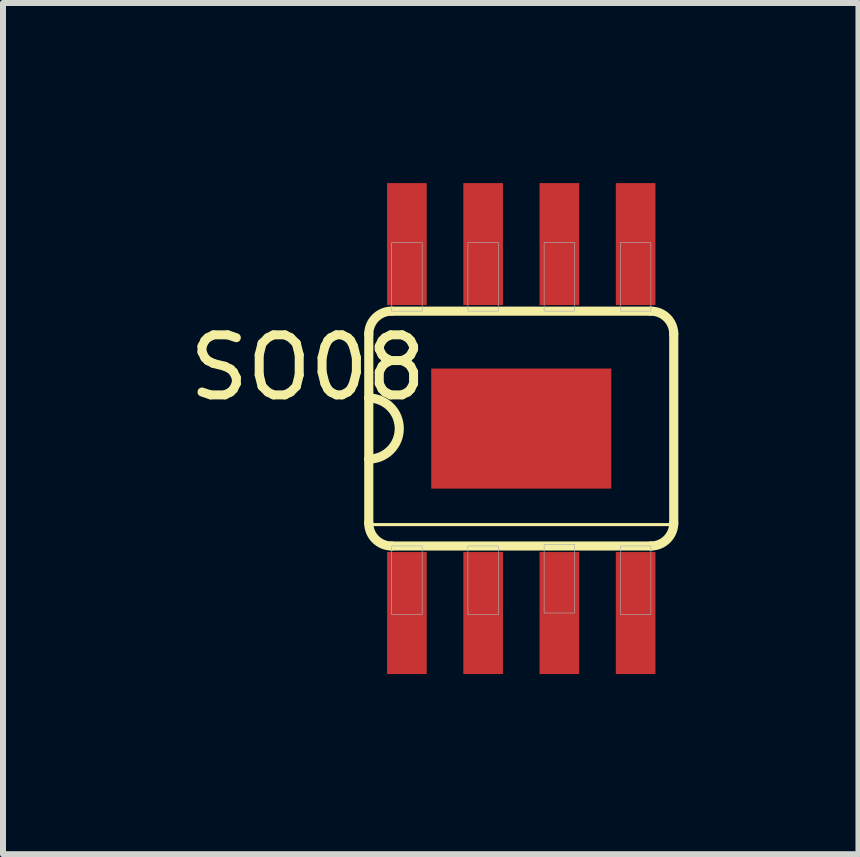
<source format=kicad_pcb>
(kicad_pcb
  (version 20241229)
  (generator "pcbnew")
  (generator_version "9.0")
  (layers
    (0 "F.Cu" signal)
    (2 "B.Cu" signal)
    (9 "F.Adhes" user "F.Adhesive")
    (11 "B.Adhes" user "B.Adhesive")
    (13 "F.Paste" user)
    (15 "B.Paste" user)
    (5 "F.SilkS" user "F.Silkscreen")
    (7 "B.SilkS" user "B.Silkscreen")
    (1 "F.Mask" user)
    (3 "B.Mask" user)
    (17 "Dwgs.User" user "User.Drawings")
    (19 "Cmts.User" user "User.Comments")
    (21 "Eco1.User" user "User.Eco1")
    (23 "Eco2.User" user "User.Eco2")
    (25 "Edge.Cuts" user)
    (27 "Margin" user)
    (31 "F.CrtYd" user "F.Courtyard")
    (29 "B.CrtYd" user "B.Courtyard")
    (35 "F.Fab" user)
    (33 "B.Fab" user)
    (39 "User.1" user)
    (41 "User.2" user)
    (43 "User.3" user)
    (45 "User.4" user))
  (footprint "SO08"
    (layer "F.Cu")
    (at 5.633 4.089)
    (property "Reference" "SO08" (at -3.556 -1.016 180) (layer "F.SilkS") (effects (font (size 1 1) (thickness 0.15))))
    (attr smd)
    (fp_line (start -2.54 -1.575) (end -2.54 -0.508) (stroke (width 0.152) (type solid)) (layer "F.SilkS"))
    (fp_line (start -2.54 -0.508) (end -2.54 0.508) (stroke (width 0.152) (type solid)) (layer "F.SilkS"))
    (fp_line (start -2.54 0.508) (end -2.54 1.575) (stroke (width 0.152) (type solid)) (layer "F.SilkS"))
    (fp_line (start -2.54 1.6) (end 2.54 1.6) (stroke (width 0.051) (type solid)) (layer "F.SilkS"))
    (fp_line (start -2.159 1.956) (end 2.159 1.956) (stroke (width 0.152) (type solid)) (layer "F.SilkS"))
    (fp_line (start 2.159 -1.956) (end -2.159 -1.956) (stroke (width 0.152) (type solid)) (layer "F.SilkS"))
    (fp_line (start 2.54 1.575) (end 2.54 -1.575) (stroke (width 0.152) (type solid)) (layer "F.SilkS"))
    (fp_arc (start -2.54 -1.5748) (mid -2.428408 -1.844208) (end -2.159 -1.9558) (stroke (width 0.1524) (type solid)) (layer "F.SilkS"))
    (fp_arc (start -2.54 -0.508) (mid -2.032 0) (end -2.54 0.508) (stroke (width 0.1524) (type solid)) (layer "F.SilkS"))
    (fp_arc (start -2.159 1.9558) (mid -2.428408 1.844208) (end -2.54 1.5748) (stroke (width 0.1524) (type solid)) (layer "F.SilkS"))
    (fp_arc (start 2.159 -1.9558) (mid 2.428408 -1.844208) (end 2.54 -1.5748) (stroke (width 0.1524) (type solid)) (layer "F.SilkS"))
    (fp_arc (start 2.54 1.5748) (mid 2.428408 1.844208) (end 2.159 1.9558) (stroke (width 0.1524) (type solid)) (layer "F.SilkS"))
    (fp_poly (pts (xy -2.159 -3.099) (xy -1.651 -3.099) (xy -1.651 -1.956) (xy -2.159 -1.956)) (stroke (width 0.01) (type solid)) (fill no) (layer "F.Fab"))
    (fp_poly (pts (xy -2.159 1.956) (xy -1.651 1.956) (xy -1.651 3.099) (xy -2.159 3.099)) (stroke (width 0.01) (type solid)) (fill no) (layer "F.Fab"))
    (fp_poly (pts (xy -0.889 -3.099) (xy -0.381 -3.099) (xy -0.381 -1.956) (xy -0.889 -1.956)) (stroke (width 0.01) (type solid)) (fill no) (layer "F.Fab"))
    (fp_poly (pts (xy -0.889 1.956) (xy -0.381 1.956) (xy -0.381 3.099) (xy -0.889 3.099)) (stroke (width 0.01) (type solid)) (fill no) (layer "F.Fab"))
    (fp_poly (pts (xy 0.381 -3.099) (xy 0.889 -3.099) (xy 0.889 -1.956) (xy 0.381 -1.956)) (stroke (width 0.01) (type solid)) (fill no) (layer "F.Fab"))
    (fp_poly (pts (xy 0.381 1.93) (xy 0.889 1.93) (xy 0.889 3.073) (xy 0.381 3.073)) (stroke (width 0.01) (type solid)) (fill no) (layer "F.Fab"))
    (fp_poly (pts (xy 1.651 -3.099) (xy 2.159 -3.099) (xy 2.159 -1.956) (xy 1.651 -1.956)) (stroke (width 0.01) (type solid)) (fill no) (layer "F.Fab"))
    (fp_poly (pts (xy 1.651 1.956) (xy 2.159 1.956) (xy 2.159 3.099) (xy 1.651 3.099)) (stroke (width 0.01) (type solid)) (fill no) (layer "F.Fab"))
    (pad "1" smd rect (at -1.905 3.073) (size 0.66 2.032) (layers "F.Cu" "F.Mask" "F.Paste"))
    (pad "2" smd rect (at -0.635 3.073) (size 0.66 2.032) (layers "F.Cu" "F.Mask" "F.Paste"))
    (pad "3" smd rect (at 0.635 3.073) (size 0.66 2.032) (layers "F.Cu" "F.Mask" "F.Paste"))
    (pad "4" smd rect (at 1.905 3.073) (size 0.66 2.032) (layers "F.Cu" "F.Mask" "F.Paste"))
    (pad "5" smd rect (at 1.905 -3.073) (size 0.66 2.032) (layers "F.Cu" "F.Mask" "F.Paste"))
    (pad "6" smd rect (at 0.635 -3.073) (size 0.66 2.032) (layers "F.Cu" "F.Mask" "F.Paste"))
    (pad "7" smd rect (at -0.635 -3.073) (size 0.66 2.032) (layers "F.Cu" "F.Mask" "F.Paste"))
    (pad "8" smd rect (at -1.905 -3.073) (size 0.66 2.032) (layers "F.Cu" "F.Mask" "F.Paste"))
    (pad "9" smd rect (at 0 0) (size 3 2) (layers "F.Cu" "F.Mask" "F.Paste")))
  (gr_rect
    (start -3 -3)
    (end 11.25 11.179)
    (stroke (width 0.1) (type default))
    (fill no)
    (layer "Edge.Cuts")))
</source>
